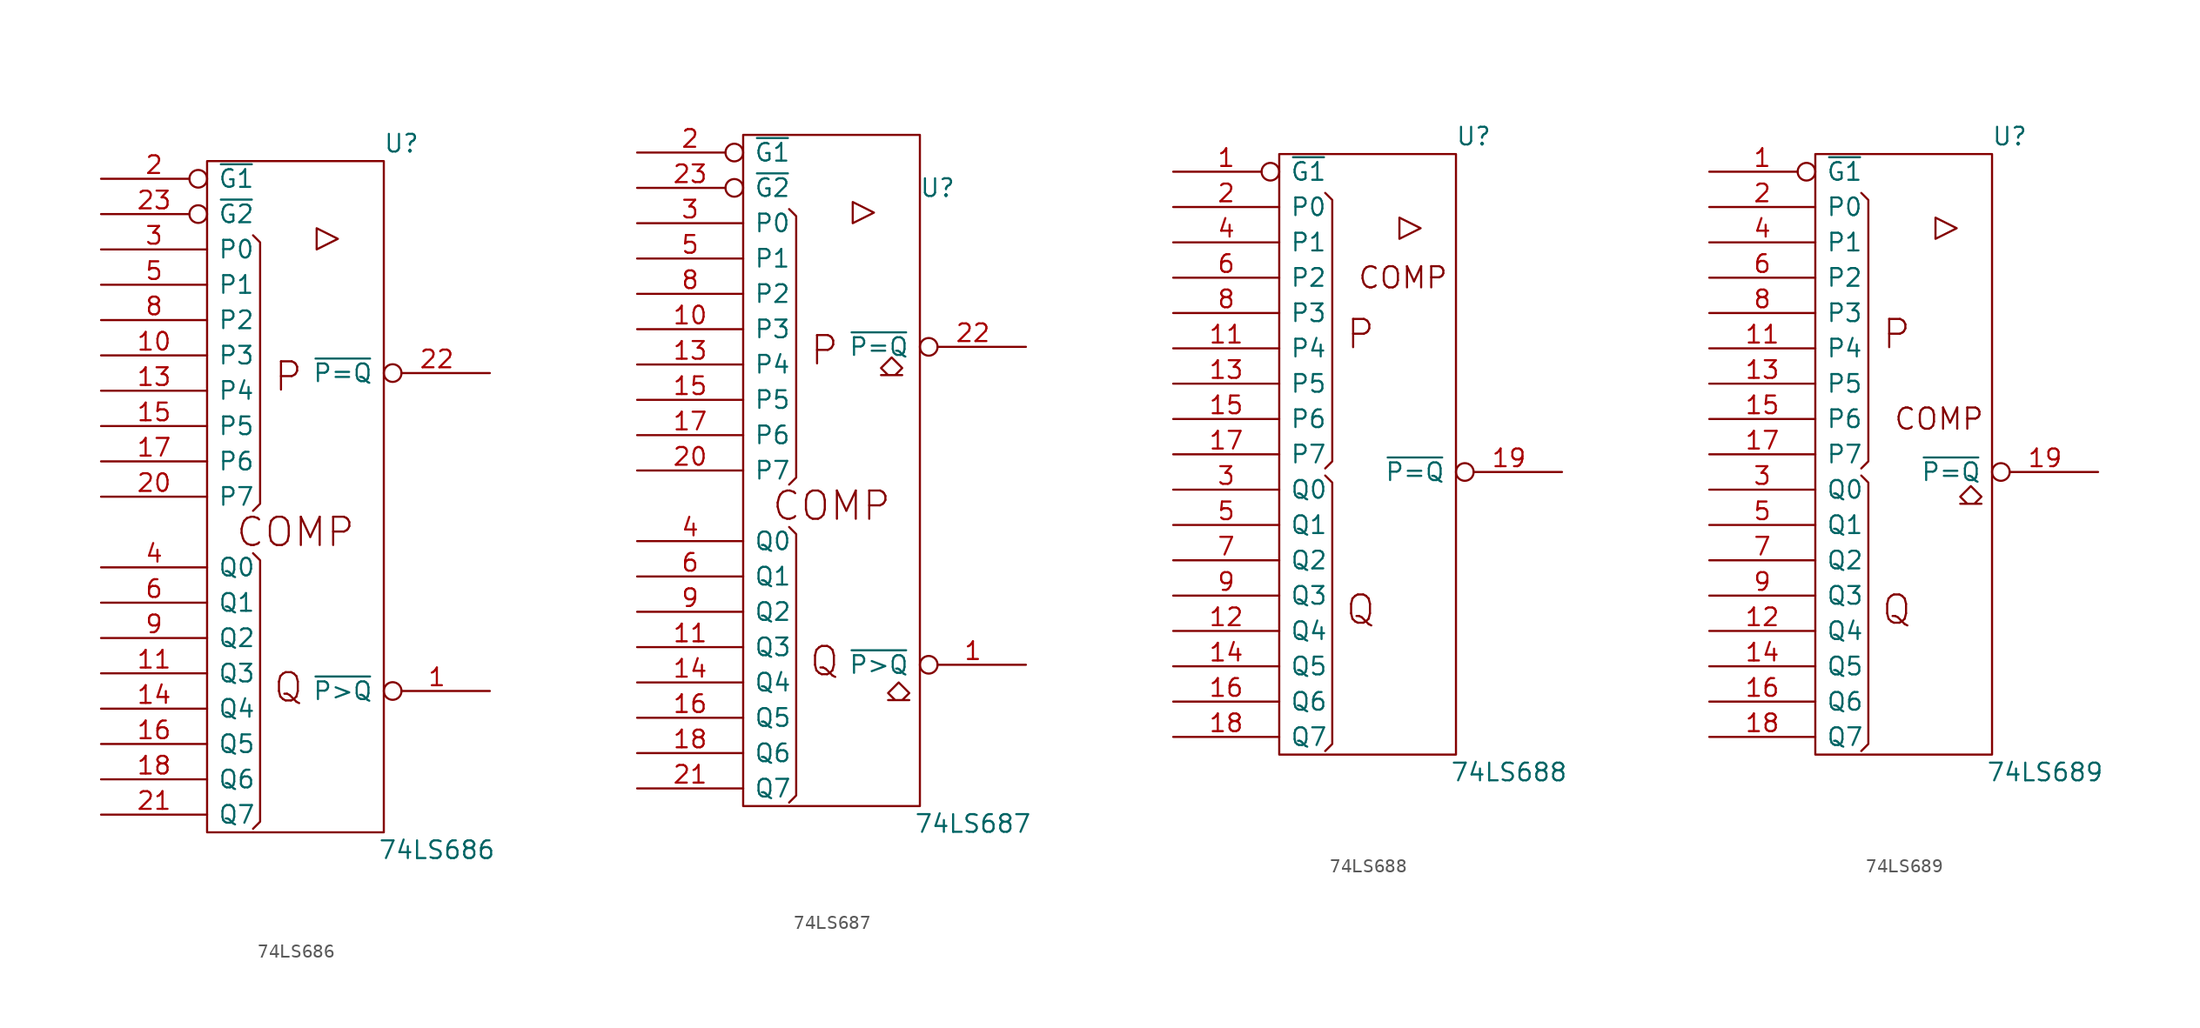
<source format=kicad_sym>
(kicad_symbol_lib
  (version 20201005)
  (generator kicad_symbol_editor)
  (symbol "74LS686"
    (pin_names
      (offset 0.762))
    (property "Reference" "U"
      (at 7.62 27.94 0)
      (effects (font (size 1.27 1.27))))
    (property "Value" "74LS686"
      (at 10.16 -22.86 0)
      (effects (font (size 1.27 1.27))))
    (symbol "74LS686_0_0"
      (text "COMP" (at 0 0 0) (effects (font (size 2.032 2.032))))
      (text "P" (at -0.508 11.176 0) (effects (font (size 2.032 2.032))))
      (text "Q" (at -0.508 -11.176 0) (effects (font (size 2.032 2.032))))
      (rectangle (start -6.35 26.67) (end 6.35 -21.59) (stroke (width 0)) (fill (type none)))
      (polyline (pts (xy 1.524 21.844) (xy 1.524 20.32) (xy 3.048 21.082) (xy 1.524 21.844) (xy 1.524 21.844)) (stroke (width 0)) (fill (type none))))
    (symbol "74LS686_0_1"
      (polyline (pts (xy -3.048 -1.524) (xy -2.54 -2.032) (xy -2.54 -20.828) (xy -3.048 -21.336) (xy -3.048 -21.336)) (stroke (width 0)) (fill (type none)))
      (polyline (pts (xy -3.048 21.336) (xy -2.54 20.828) (xy -2.54 2.032) (xy -3.048 1.524) (xy -3.048 1.524)) (stroke (width 0)) (fill (type none))))
    (symbol "74LS686_1_1"
      (pin output inverted (at 13.97 -11.43 180) (length 7.62) (name "~P>Q" (effects (font (size 1.27 1.27)))) (number "1" (effects (font (size 1.27 1.27)))))
      (pin input line (at -13.97 12.7 0) (length 7.62) (name "P3" (effects (font (size 1.27 1.27)))) (number "10" (effects (font (size 1.27 1.27)))))
      (pin input line (at -13.97 -10.16 0) (length 7.62) (name "Q3" (effects (font (size 1.27 1.27)))) (number "11" (effects (font (size 1.27 1.27)))))
      (pin power_in line (at 0 -21.59 90) (length 0) hide (name "Gnd" (effects (font (size 1.27 1.27)))) (number "12" (effects (font (size 1.27 1.27)))))
      (pin input line (at -13.97 10.16 0) (length 7.62) (name "P4" (effects (font (size 1.27 1.27)))) (number "13" (effects (font (size 1.27 1.27)))))
      (pin input line (at -13.97 -12.7 0) (length 7.62) (name "Q4" (effects (font (size 1.27 1.27)))) (number "14" (effects (font (size 1.27 1.27)))))
      (pin input line (at -13.97 7.62 0) (length 7.62) (name "P5" (effects (font (size 1.27 1.27)))) (number "15" (effects (font (size 1.27 1.27)))))
      (pin input line (at -13.97 -15.24 0) (length 7.62) (name "Q5" (effects (font (size 1.27 1.27)))) (number "16" (effects (font (size 1.27 1.27)))))
      (pin input line (at -13.97 5.08 0) (length 7.62) (name "P6" (effects (font (size 1.27 1.27)))) (number "17" (effects (font (size 1.27 1.27)))))
      (pin input line (at -13.97 -17.78 0) (length 7.62) (name "Q6" (effects (font (size 1.27 1.27)))) (number "18" (effects (font (size 1.27 1.27)))))
      (pin input inverted (at -13.97 25.4 0) (length 7.62) (name "~G1" (effects (font (size 1.27 1.27)))) (number "2" (effects (font (size 1.27 1.27)))))
      (pin input line (at -13.97 2.54 0) (length 7.62) (name "P7" (effects (font (size 1.27 1.27)))) (number "20" (effects (font (size 1.27 1.27)))))
      (pin input line (at -13.97 -20.32 0) (length 7.62) (name "Q7" (effects (font (size 1.27 1.27)))) (number "21" (effects (font (size 1.27 1.27)))))
      (pin output inverted (at 13.97 11.43 180) (length 7.62) (name "~P=Q" (effects (font (size 1.27 1.27)))) (number "22" (effects (font (size 1.27 1.27)))))
      (pin input inverted (at -13.97 22.86 0) (length 7.62) (name "~G2" (effects (font (size 1.27 1.27)))) (number "23" (effects (font (size 1.27 1.27)))))
      (pin power_in line (at 0 26.67 270) (length 0) hide (name "Vcc" (effects (font (size 1.27 1.27)))) (number "24" (effects (font (size 1.27 1.27)))))
      (pin input line (at -13.97 20.32 0) (length 7.62) (name "P0" (effects (font (size 1.27 1.27)))) (number "3" (effects (font (size 1.27 1.27)))))
      (pin input line (at -13.97 -2.54 0) (length 7.62) (name "Q0" (effects (font (size 1.27 1.27)))) (number "4" (effects (font (size 1.27 1.27)))))
      (pin input line (at -13.97 17.78 0) (length 7.62) (name "P1" (effects (font (size 1.27 1.27)))) (number "5" (effects (font (size 1.27 1.27)))))
      (pin input line (at -13.97 -5.08 0) (length 7.62) (name "Q1" (effects (font (size 1.27 1.27)))) (number "6" (effects (font (size 1.27 1.27)))))
      (pin input line (at -13.97 15.24 0) (length 7.62) (name "P2" (effects (font (size 1.27 1.27)))) (number "8" (effects (font (size 1.27 1.27)))))
      (pin input line (at -13.97 -7.62 0) (length 7.62) (name "Q2" (effects (font (size 1.27 1.27)))) (number "9" (effects (font (size 1.27 1.27)))))))
  (symbol "74LS687"
    (pin_names
      (offset 0.762))
    (property "Reference" "U"
      (at 7.62 22.86 0)
      (effects (font (size 1.27 1.27))))
    (property "Value" "74LS687"
      (at 10.16 -22.86 0)
      (effects (font (size 1.27 1.27))))
    (symbol "74LS687_0_0"
      (text "COMP" (at 0 0 0) (effects (font (size 2.032 2.032))))
      (text "P" (at -0.508 11.176 0) (effects (font (size 2.032 2.032))))
      (text "Q" (at -0.508 -11.176 0) (effects (font (size 2.032 2.032))))
      (rectangle (start -6.35 26.67) (end 6.35 -21.59) (stroke (width 0)) (fill (type none)))
      (polyline (pts (xy 1.524 21.844) (xy 1.524 20.32) (xy 3.048 21.082) (xy 1.524 21.844) (xy 1.524 21.844)) (stroke (width 0)) (fill (type none)))
      (polyline (pts (xy 4.318 10.668) (xy 5.08 9.906) (xy 4.572 9.398) (xy 5.08 9.398) (xy 3.556 9.398) (xy 4.064 9.398) (xy 3.556 9.906) (xy 4.318 10.668) (xy 4.318 10.668)) (stroke (width 0)) (fill (type none)))
      (polyline (pts (xy 4.826 -12.7) (xy 5.588 -13.462) (xy 5.08 -13.97) (xy 5.588 -13.97) (xy 4.064 -13.97) (xy 4.572 -13.97) (xy 4.064 -13.462) (xy 4.826 -12.7) (xy 4.826 -12.7)) (stroke (width 0)) (fill (type none))))
    (symbol "74LS687_0_1"
      (polyline (pts (xy -3.048 -1.524) (xy -2.54 -2.032) (xy -2.54 -20.828) (xy -3.048 -21.336) (xy -3.048 -21.336)) (stroke (width 0)) (fill (type none)))
      (polyline (pts (xy -3.048 21.336) (xy -2.54 20.828) (xy -2.54 2.032) (xy -3.048 1.524) (xy -3.048 1.524)) (stroke (width 0)) (fill (type none))))
    (symbol "74LS687_1_1"
      (pin output inverted (at 13.97 -11.43 180) (length 7.62) (name "~P>Q" (effects (font (size 1.27 1.27)))) (number "1" (effects (font (size 1.27 1.27)))))
      (pin input line (at -13.97 12.7 0) (length 7.62) (name "P3" (effects (font (size 1.27 1.27)))) (number "10" (effects (font (size 1.27 1.27)))))
      (pin input line (at -13.97 -10.16 0) (length 7.62) (name "Q3" (effects (font (size 1.27 1.27)))) (number "11" (effects (font (size 1.27 1.27)))))
      (pin power_in line (at 0 -21.59 90) (length 0) hide (name "Gnd" (effects (font (size 1.27 1.27)))) (number "12" (effects (font (size 1.27 1.27)))))
      (pin input line (at -13.97 10.16 0) (length 7.62) (name "P4" (effects (font (size 1.27 1.27)))) (number "13" (effects (font (size 1.27 1.27)))))
      (pin input line (at -13.97 -12.7 0) (length 7.62) (name "Q4" (effects (font (size 1.27 1.27)))) (number "14" (effects (font (size 1.27 1.27)))))
      (pin input line (at -13.97 7.62 0) (length 7.62) (name "P5" (effects (font (size 1.27 1.27)))) (number "15" (effects (font (size 1.27 1.27)))))
      (pin input line (at -13.97 -15.24 0) (length 7.62) (name "Q5" (effects (font (size 1.27 1.27)))) (number "16" (effects (font (size 1.27 1.27)))))
      (pin input line (at -13.97 5.08 0) (length 7.62) (name "P6" (effects (font (size 1.27 1.27)))) (number "17" (effects (font (size 1.27 1.27)))))
      (pin input line (at -13.97 -17.78 0) (length 7.62) (name "Q6" (effects (font (size 1.27 1.27)))) (number "18" (effects (font (size 1.27 1.27)))))
      (pin input inverted (at -13.97 25.4 0) (length 7.62) (name "~G1" (effects (font (size 1.27 1.27)))) (number "2" (effects (font (size 1.27 1.27)))))
      (pin input line (at -13.97 2.54 0) (length 7.62) (name "P7" (effects (font (size 1.27 1.27)))) (number "20" (effects (font (size 1.27 1.27)))))
      (pin input line (at -13.97 -20.32 0) (length 7.62) (name "Q7" (effects (font (size 1.27 1.27)))) (number "21" (effects (font (size 1.27 1.27)))))
      (pin output inverted (at 13.97 11.43 180) (length 7.62) (name "~P=Q" (effects (font (size 1.27 1.27)))) (number "22" (effects (font (size 1.27 1.27)))))
      (pin input inverted (at -13.97 22.86 0) (length 7.62) (name "~G2" (effects (font (size 1.27 1.27)))) (number "23" (effects (font (size 1.27 1.27)))))
      (pin power_in line (at 0 26.67 270) (length 0) hide (name "Vcc" (effects (font (size 1.27 1.27)))) (number "24" (effects (font (size 1.27 1.27)))))
      (pin input line (at -13.97 20.32 0) (length 7.62) (name "P0" (effects (font (size 1.27 1.27)))) (number "3" (effects (font (size 1.27 1.27)))))
      (pin input line (at -13.97 -2.54 0) (length 7.62) (name "Q0" (effects (font (size 1.27 1.27)))) (number "4" (effects (font (size 1.27 1.27)))))
      (pin input line (at -13.97 17.78 0) (length 7.62) (name "P1" (effects (font (size 1.27 1.27)))) (number "5" (effects (font (size 1.27 1.27)))))
      (pin input line (at -13.97 -5.08 0) (length 7.62) (name "Q1" (effects (font (size 1.27 1.27)))) (number "6" (effects (font (size 1.27 1.27)))))
      (pin input line (at -13.97 15.24 0) (length 7.62) (name "P2" (effects (font (size 1.27 1.27)))) (number "8" (effects (font (size 1.27 1.27)))))
      (pin input line (at -13.97 -7.62 0) (length 7.62) (name "Q2" (effects (font (size 1.27 1.27)))) (number "9" (effects (font (size 1.27 1.27)))))))
  (symbol "74LS688"
    (pin_names
      (offset 0.762))
    (property "Reference" "U"
      (at 7.62 22.86 0)
      (effects (font (size 1.27 1.27))))
    (property "Value" "74LS688"
      (at 10.16 -22.86 0)
      (effects (font (size 1.27 1.27))))
    (symbol "74LS688_0_0"
      (text "COMP" (at 2.54 12.7 0) (effects (font (size 1.524 1.524))))
      (text "P" (at -0.508 8.636 0) (effects (font (size 2.032 2.032))))
      (text "Q" (at -0.508 -11.176 0) (effects (font (size 2.032 2.032))))
      (polyline (pts (xy 2.286 17.018) (xy 2.286 15.494) (xy 3.81 16.256) (xy 2.286 17.018) (xy 2.286 17.018)) (stroke (width 0)) (fill (type none))))
    (symbol "74LS688_0_1"
      (rectangle (start -6.35 21.59) (end 6.35 -21.59) (stroke (width 0)) (fill (type none)))
      (polyline (pts (xy -3.048 -1.524) (xy -2.54 -2.032) (xy -2.54 -20.828) (xy -3.048 -21.336) (xy -3.048 -21.336)) (stroke (width 0)) (fill (type none)))
      (polyline (pts (xy -3.048 18.796) (xy -2.54 18.288) (xy -2.54 -0.508) (xy -3.048 -1.016) (xy -3.048 -1.016)) (stroke (width 0)) (fill (type none))))
    (symbol "74LS688_1_1"
      (pin output inverted (at -13.97 20.32 0) (length 7.62) (name "~G1" (effects (font (size 1.27 1.27)))) (number "1" (effects (font (size 1.27 1.27)))))
      (pin power_in line (at 0 -21.59 90) (length 0) hide (name "Gnd" (effects (font (size 1.27 1.27)))) (number "10" (effects (font (size 1.27 1.27)))))
      (pin input line (at -13.97 7.62 0) (length 7.62) (name "P4" (effects (font (size 1.27 1.27)))) (number "11" (effects (font (size 1.27 1.27)))))
      (pin input line (at -13.97 -12.7 0) (length 7.62) (name "Q4" (effects (font (size 1.27 1.27)))) (number "12" (effects (font (size 1.27 1.27)))))
      (pin input line (at -13.97 5.08 0) (length 7.62) (name "P5" (effects (font (size 1.27 1.27)))) (number "13" (effects (font (size 1.27 1.27)))))
      (pin input line (at -13.97 -15.24 0) (length 7.62) (name "Q5" (effects (font (size 1.27 1.27)))) (number "14" (effects (font (size 1.27 1.27)))))
      (pin input line (at -13.97 2.54 0) (length 7.62) (name "P6" (effects (font (size 1.27 1.27)))) (number "15" (effects (font (size 1.27 1.27)))))
      (pin input line (at -13.97 -17.78 0) (length 7.62) (name "Q6" (effects (font (size 1.27 1.27)))) (number "16" (effects (font (size 1.27 1.27)))))
      (pin input line (at -13.97 0 0) (length 7.62) (name "P7" (effects (font (size 1.27 1.27)))) (number "17" (effects (font (size 1.27 1.27)))))
      (pin input line (at -13.97 -20.32 0) (length 7.62) (name "Q7" (effects (font (size 1.27 1.27)))) (number "18" (effects (font (size 1.27 1.27)))))
      (pin output inverted (at 13.97 -1.27 180) (length 7.62) (name "~P=Q" (effects (font (size 1.27 1.27)))) (number "19" (effects (font (size 1.27 1.27)))))
      (pin input line (at -13.97 17.78 0) (length 7.62) (name "P0" (effects (font (size 1.27 1.27)))) (number "2" (effects (font (size 1.27 1.27)))))
      (pin power_in line (at 0 21.59 270) (length 0) hide (name "Vcc" (effects (font (size 1.27 1.27)))) (number "20" (effects (font (size 1.27 1.27)))))
      (pin input line (at -13.97 -2.54 0) (length 7.62) (name "Q0" (effects (font (size 1.27 1.27)))) (number "3" (effects (font (size 1.27 1.27)))))
      (pin input line (at -13.97 15.24 0) (length 7.62) (name "P1" (effects (font (size 1.27 1.27)))) (number "4" (effects (font (size 1.27 1.27)))))
      (pin input line (at -13.97 -5.08 0) (length 7.62) (name "Q1" (effects (font (size 1.27 1.27)))) (number "5" (effects (font (size 1.27 1.27)))))
      (pin input line (at -13.97 12.7 0) (length 7.62) (name "P2" (effects (font (size 1.27 1.27)))) (number "6" (effects (font (size 1.27 1.27)))))
      (pin input line (at -13.97 -7.62 0) (length 7.62) (name "Q2" (effects (font (size 1.27 1.27)))) (number "7" (effects (font (size 1.27 1.27)))))
      (pin input line (at -13.97 10.16 0) (length 7.62) (name "P3" (effects (font (size 1.27 1.27)))) (number "8" (effects (font (size 1.27 1.27)))))
      (pin input line (at -13.97 -10.16 0) (length 7.62) (name "Q3" (effects (font (size 1.27 1.27)))) (number "9" (effects (font (size 1.27 1.27)))))))
  (symbol "74LS689"
    (pin_names
      (offset 0.762))
    (property "Reference" "U"
      (at 7.62 22.86 0)
      (effects (font (size 1.27 1.27))))
    (property "Value" "74LS689"
      (at 10.16 -22.86 0)
      (effects (font (size 1.27 1.27))))
    (symbol "74LS689_0_0"
      (text "COMP" (at 2.54 2.54 0) (effects (font (size 1.524 1.524))))
      (text "P" (at -0.508 8.636 0) (effects (font (size 2.032 2.032))))
      (text "Q" (at -0.508 -11.176 0) (effects (font (size 2.032 2.032))))
      (polyline (pts (xy 2.286 17.018) (xy 2.286 15.494) (xy 3.81 16.256) (xy 2.286 17.018) (xy 2.286 17.018)) (stroke (width 0)) (fill (type none)))
      (polyline (pts (xy 4.826 -2.286) (xy 5.588 -3.048) (xy 5.08 -3.556) (xy 5.588 -3.556) (xy 4.064 -3.556) (xy 4.572 -3.556) (xy 4.064 -3.048) (xy 4.826 -2.286) (xy 4.826 -2.286)) (stroke (width 0)) (fill (type none))))
    (symbol "74LS689_0_1"
      (rectangle (start -6.35 21.59) (end 6.35 -21.59) (stroke (width 0)) (fill (type none)))
      (polyline (pts (xy -3.048 -1.524) (xy -2.54 -2.032) (xy -2.54 -20.828) (xy -3.048 -21.336) (xy -3.048 -21.336)) (stroke (width 0)) (fill (type none)))
      (polyline (pts (xy -3.048 18.796) (xy -2.54 18.288) (xy -2.54 -0.508) (xy -3.048 -1.016) (xy -3.048 -1.016)) (stroke (width 0)) (fill (type none))))
    (symbol "74LS689_1_1"
      (pin output inverted (at -13.97 20.32 0) (length 7.62) (name "~G1" (effects (font (size 1.27 1.27)))) (number "1" (effects (font (size 1.27 1.27)))))
      (pin power_in line (at 0 -21.59 90) (length 0) hide (name "Gnd" (effects (font (size 1.27 1.27)))) (number "10" (effects (font (size 1.27 1.27)))))
      (pin input line (at -13.97 7.62 0) (length 7.62) (name "P4" (effects (font (size 1.27 1.27)))) (number "11" (effects (font (size 1.27 1.27)))))
      (pin input line (at -13.97 -12.7 0) (length 7.62) (name "Q4" (effects (font (size 1.27 1.27)))) (number "12" (effects (font (size 1.27 1.27)))))
      (pin input line (at -13.97 5.08 0) (length 7.62) (name "P5" (effects (font (size 1.27 1.27)))) (number "13" (effects (font (size 1.27 1.27)))))
      (pin input line (at -13.97 -15.24 0) (length 7.62) (name "Q5" (effects (font (size 1.27 1.27)))) (number "14" (effects (font (size 1.27 1.27)))))
      (pin input line (at -13.97 2.54 0) (length 7.62) (name "P6" (effects (font (size 1.27 1.27)))) (number "15" (effects (font (size 1.27 1.27)))))
      (pin input line (at -13.97 -17.78 0) (length 7.62) (name "Q6" (effects (font (size 1.27 1.27)))) (number "16" (effects (font (size 1.27 1.27)))))
      (pin input line (at -13.97 0 0) (length 7.62) (name "P7" (effects (font (size 1.27 1.27)))) (number "17" (effects (font (size 1.27 1.27)))))
      (pin input line (at -13.97 -20.32 0) (length 7.62) (name "Q7" (effects (font (size 1.27 1.27)))) (number "18" (effects (font (size 1.27 1.27)))))
      (pin output inverted (at 13.97 -1.27 180) (length 7.62) (name "~P=Q" (effects (font (size 1.27 1.27)))) (number "19" (effects (font (size 1.27 1.27)))))
      (pin input line (at -13.97 17.78 0) (length 7.62) (name "P0" (effects (font (size 1.27 1.27)))) (number "2" (effects (font (size 1.27 1.27)))))
      (pin power_in line (at 0 21.59 270) (length 0) hide (name "Vcc" (effects (font (size 1.27 1.27)))) (number "20" (effects (font (size 1.27 1.27)))))
      (pin input line (at -13.97 -2.54 0) (length 7.62) (name "Q0" (effects (font (size 1.27 1.27)))) (number "3" (effects (font (size 1.27 1.27)))))
      (pin input line (at -13.97 15.24 0) (length 7.62) (name "P1" (effects (font (size 1.27 1.27)))) (number "4" (effects (font (size 1.27 1.27)))))
      (pin input line (at -13.97 -5.08 0) (length 7.62) (name "Q1" (effects (font (size 1.27 1.27)))) (number "5" (effects (font (size 1.27 1.27)))))
      (pin input line (at -13.97 12.7 0) (length 7.62) (name "P2" (effects (font (size 1.27 1.27)))) (number "6" (effects (font (size 1.27 1.27)))))
      (pin input line (at -13.97 -7.62 0) (length 7.62) (name "Q2" (effects (font (size 1.27 1.27)))) (number "7" (effects (font (size 1.27 1.27)))))
      (pin input line (at -13.97 10.16 0) (length 7.62) (name "P3" (effects (font (size 1.27 1.27)))) (number "8" (effects (font (size 1.27 1.27)))))
      (pin input line (at -13.97 -10.16 0) (length 7.62) (name "Q3" (effects (font (size 1.27 1.27)))) (number "9" (effects (font (size 1.27 1.27))))))))
</source>
